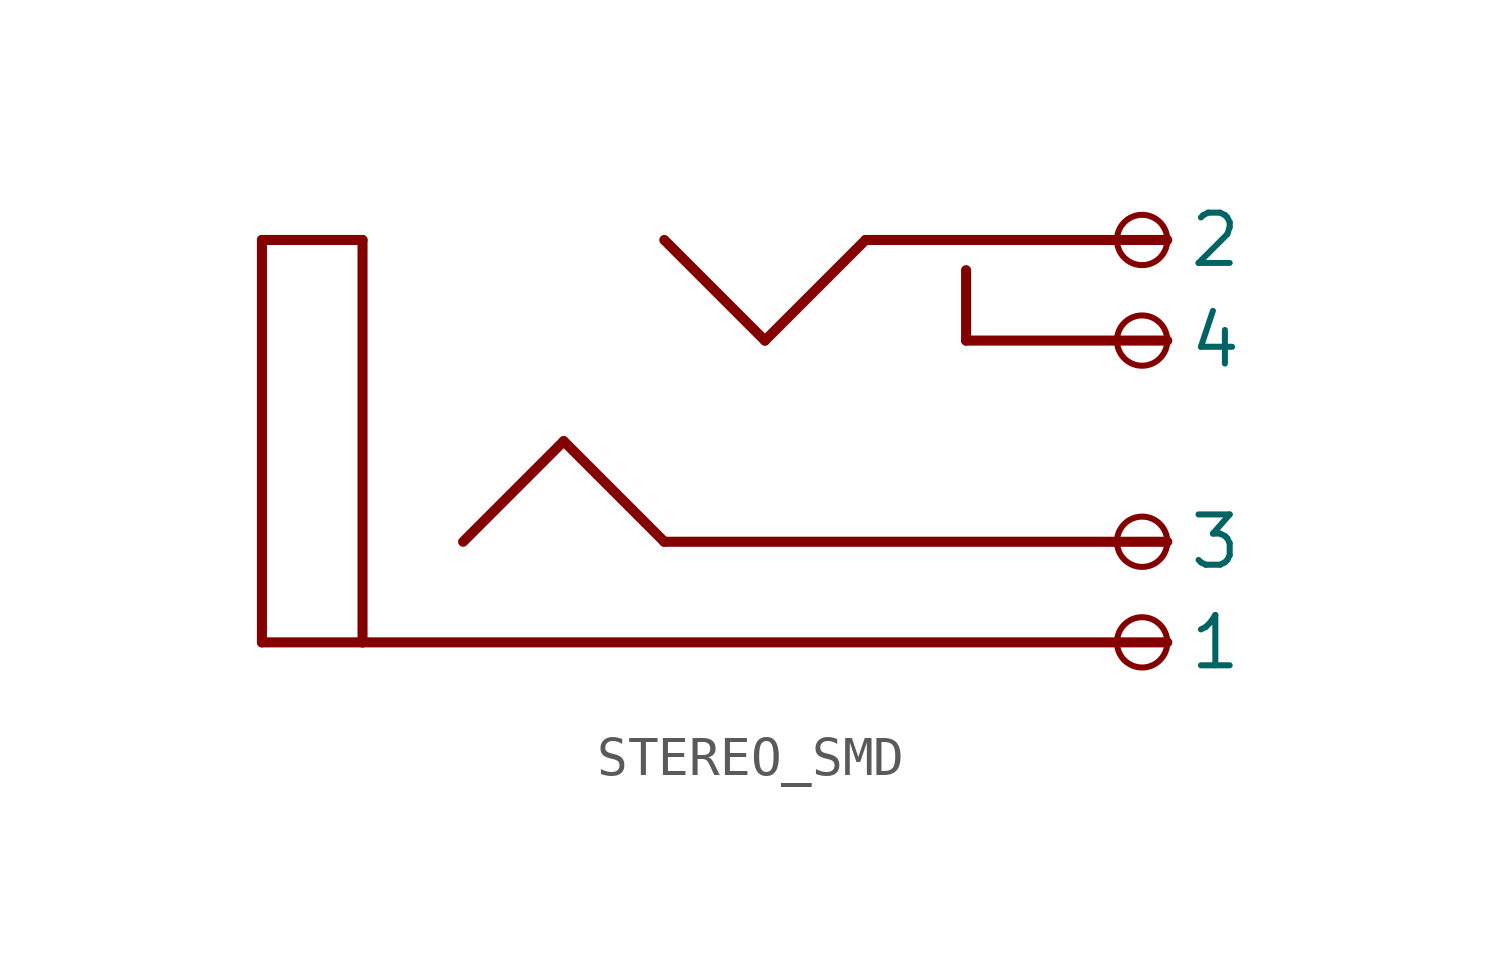
<source format=kicad_sym>
(kicad_symbol_lib
  (version 20220914)
  (generator kicad_symbol_editor)
  (symbol "STEREO_SMD"
    (property "Reference" ""
      (at -18.542 -4.572 90)
      (effects (font (size 1.27 1.079)) (justify left bottom) hide))
    (property "ki_locked" ""
      (at 0 0 0)
      (effects (font (size 1.27 1.27))))
    (symbol "STEREO_SMD_1_0"
      (polyline (pts (xy -17.78 -7.62) (xy -17.78 2.54)) (stroke (width 0.254) (type solid)) (fill (type none)))
      (polyline (pts (xy -17.78 2.54) (xy -15.24 2.54)) (stroke (width 0.254) (type solid)) (fill (type none)))
      (polyline (pts (xy -15.24 -7.62) (xy -17.78 -7.62)) (stroke (width 0.254) (type solid)) (fill (type none)))
      (polyline (pts (xy -15.24 -7.62) (xy 5.08 -7.62)) (stroke (width 0.254) (type solid)) (fill (type none)))
      (polyline (pts (xy -15.24 2.54) (xy -15.24 -7.62)) (stroke (width 0.254) (type solid)) (fill (type none)))
      (polyline (pts (xy -10.16 -2.54) (xy -12.7 -5.08)) (stroke (width 0.254) (type solid)) (fill (type none)))
      (polyline (pts (xy -7.62 -5.08) (xy -10.16 -2.54)) (stroke (width 0.254) (type solid)) (fill (type none)))
      (polyline (pts (xy -5.08 0) (xy -7.62 2.54)) (stroke (width 0.254) (type solid)) (fill (type none)))
      (polyline (pts (xy -2.54 2.54) (xy -5.08 0)) (stroke (width 0.254) (type solid)) (fill (type none)))
      (polyline (pts (xy 0 0) (xy 0 1.778)) (stroke (width 0.254) (type solid)) (fill (type none)))
      (polyline (pts (xy 5.08 -5.08) (xy -7.62 -5.08)) (stroke (width 0.254) (type solid)) (fill (type none)))
      (polyline (pts (xy 5.08 0) (xy 0 0)) (stroke (width 0.254) (type solid)) (fill (type none)))
      (polyline (pts (xy 5.08 2.54) (xy -2.54 2.54)) (stroke (width 0.254) (type solid)) (fill (type none)))
      (pin bidirectional inverted (at 5.08 -7.62 0) (length 0) (name "1" (effects (font (size 1.27 1.27)))) (number "P$1" (effects (font (size 0 0)))))
      (pin bidirectional inverted (at 5.08 2.54 0) (length 0) (name "2" (effects (font (size 1.27 1.27)))) (number "P$2" (effects (font (size 0 0)))))
      (pin bidirectional inverted (at 5.08 -5.08 0) (length 0) (name "3" (effects (font (size 1.27 1.27)))) (number "P$3" (effects (font (size 0 0)))))
      (pin bidirectional inverted (at 5.08 0 0) (length 0) (name "4" (effects (font (size 1.27 1.27)))) (number "P$4" (effects (font (size 0 0))))))))
</source>
